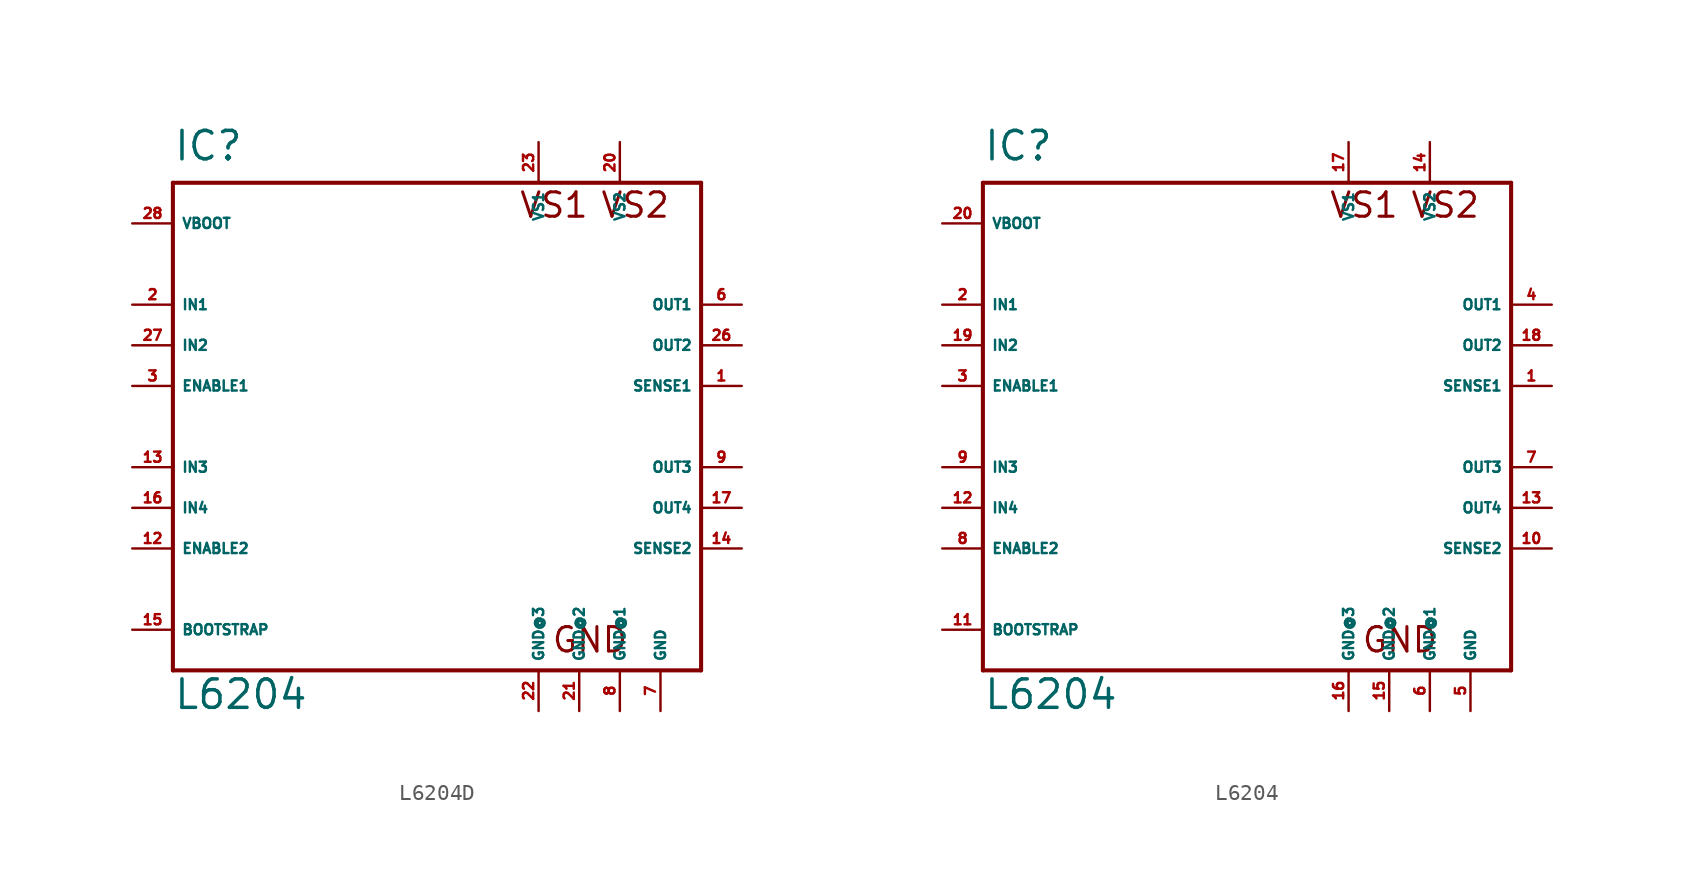
<source format=kicad_sym>
(kicad_symbol_lib
  (version 20220914)
  (generator Eagle2Kicad)
  (symbol "L6204D"
    (property "Reference" "IC"
      (at -15.24 16.51 0)
      (effects (font (size 1.778 1.778) (thickness 0.22)) (justify left bottom)))
    (property "Value" "L6204"
      (at -15.24 -17.78 0)
      (effects (font (size 1.778 1.778) (thickness 0.22)) (justify left bottom)))
    (polyline
      (pts (xy -15.24 15.24) (xy 17.78 15.24))
      (stroke (width 0.254) (type default))
      (fill (type none)))
    (polyline
      (pts (xy 17.78 15.24) (xy 17.78 -15.24))
      (stroke (width 0.254) (type default))
      (fill (type none)))
    (polyline
      (pts (xy 17.78 -15.24) (xy -15.24 -15.24))
      (stroke (width 0.254) (type default))
      (fill (type none)))
    (polyline
      (pts (xy -15.24 -15.24) (xy -15.24 15.24))
      (stroke (width 0.254) (type default))
      (fill (type none)))
    (text "VS1"
      (at 6.35 12.954 0)
      (effects (font (size 1.524 1.524) (thickness 0.19)) (justify left bottom)))
    (text "GND"
      (at 8.382 -14.224 0)
      (effects (font (size 1.524 1.524) (thickness 0.19)) (justify left bottom)))
    (text "VS2"
      (at 11.43 12.954 0)
      (effects (font (size 1.524 1.524) (thickness 0.19)) (justify left bottom)))
    (pin output line
      (at 20.32 5.08 180)
      (length 2.54)
      (name "OUT2" (effects (font (size 0.635 0.635) (thickness 0.08)) (justify left bottom)))
      (number "26" (effects (font (size 0.635 0.635) (thickness 0.08)) (justify left bottom))))
    (pin input line
      (at -17.78 12.7 0)
      (length 2.54)
      (name "VBOOT" (effects (font (size 0.635 0.635) (thickness 0.08)) (justify left bottom)))
      (number "28" (effects (font (size 0.635 0.635) (thickness 0.08)) (justify left bottom))))
    (pin unspecified line
      (at 7.62 17.78 270)
      (length 2.54)
      (name "VS1" (effects (font (size 0.635 0.635) (thickness 0.08)) (justify left bottom)))
      (number "23" (effects (font (size 0.635 0.635) (thickness 0.08)) (justify left bottom))))
    (pin unspecified line
      (at 15.24 -17.78 90)
      (length 2.54)
      (name "GND" (effects (font (size 0.635 0.635) (thickness 0.08)) (justify left bottom)))
      (number "7" (effects (font (size 0.635 0.635) (thickness 0.08)) (justify left bottom))))
    (pin input line
      (at -17.78 5.08 0)
      (length 2.54)
      (name "IN2" (effects (font (size 0.635 0.635) (thickness 0.08)) (justify left bottom)))
      (number "27" (effects (font (size 0.635 0.635) (thickness 0.08)) (justify left bottom))))
    (pin input line
      (at -17.78 2.54 0)
      (length 2.54)
      (name "ENABLE1" (effects (font (size 0.635 0.635) (thickness 0.08)) (justify left bottom)))
      (number "3" (effects (font (size 0.635 0.635) (thickness 0.08)) (justify left bottom))))
    (pin input line
      (at -17.78 7.62 0)
      (length 2.54)
      (name "IN1" (effects (font (size 0.635 0.635) (thickness 0.08)) (justify left bottom)))
      (number "2" (effects (font (size 0.635 0.635) (thickness 0.08)) (justify left bottom))))
    (pin output line
      (at 20.32 7.62 180)
      (length 2.54)
      (name "OUT1" (effects (font (size 0.635 0.635) (thickness 0.08)) (justify left bottom)))
      (number "6" (effects (font (size 0.635 0.635) (thickness 0.08)) (justify left bottom))))
    (pin input line
      (at -17.78 -12.7 0)
      (length 2.54)
      (name "BOOTSTRAP" (effects (font (size 0.635 0.635) (thickness 0.08)) (justify left bottom)))
      (number "15" (effects (font (size 0.635 0.635) (thickness 0.08)) (justify left bottom))))
    (pin unspecified line
      (at 12.7 -17.78 90)
      (length 2.54)
      (name "GND@1" (effects (font (size 0.635 0.635) (thickness 0.08)) (justify left bottom)))
      (number "8" (effects (font (size 0.635 0.635) (thickness 0.08)) (justify left bottom))))
    (pin unspecified line
      (at 10.16 -17.78 90)
      (length 2.54)
      (name "GND@2" (effects (font (size 0.635 0.635) (thickness 0.08)) (justify left bottom)))
      (number "21" (effects (font (size 0.635 0.635) (thickness 0.08)) (justify left bottom))))
    (pin unspecified line
      (at 7.62 -17.78 90)
      (length 2.54)
      (name "GND@3" (effects (font (size 0.635 0.635) (thickness 0.08)) (justify left bottom)))
      (number "22" (effects (font (size 0.635 0.635) (thickness 0.08)) (justify left bottom))))
    (pin input line
      (at 20.32 2.54 180)
      (length 2.54)
      (name "SENSE1" (effects (font (size 0.635 0.635) (thickness 0.08)) (justify left bottom)))
      (number "1" (effects (font (size 0.635 0.635) (thickness 0.08)) (justify left bottom))))
    (pin input line
      (at 20.32 -7.62 180)
      (length 2.54)
      (name "SENSE2" (effects (font (size 0.635 0.635) (thickness 0.08)) (justify left bottom)))
      (number "14" (effects (font (size 0.635 0.635) (thickness 0.08)) (justify left bottom))))
    (pin input line
      (at -17.78 -2.54 0)
      (length 2.54)
      (name "IN3" (effects (font (size 0.635 0.635) (thickness 0.08)) (justify left bottom)))
      (number "13" (effects (font (size 0.635 0.635) (thickness 0.08)) (justify left bottom))))
    (pin input line
      (at -17.78 -5.08 0)
      (length 2.54)
      (name "IN4" (effects (font (size 0.635 0.635) (thickness 0.08)) (justify left bottom)))
      (number "16" (effects (font (size 0.635 0.635) (thickness 0.08)) (justify left bottom))))
    (pin input line
      (at -17.78 -7.62 0)
      (length 2.54)
      (name "ENABLE2" (effects (font (size 0.635 0.635) (thickness 0.08)) (justify left bottom)))
      (number "12" (effects (font (size 0.635 0.635) (thickness 0.08)) (justify left bottom))))
    (pin output line
      (at 20.32 -2.54 180)
      (length 2.54)
      (name "OUT3" (effects (font (size 0.635 0.635) (thickness 0.08)) (justify left bottom)))
      (number "9" (effects (font (size 0.635 0.635) (thickness 0.08)) (justify left bottom))))
    (pin output line
      (at 20.32 -5.08 180)
      (length 2.54)
      (name "OUT4" (effects (font (size 0.635 0.635) (thickness 0.08)) (justify left bottom)))
      (number "17" (effects (font (size 0.635 0.635) (thickness 0.08)) (justify left bottom))))
    (pin unspecified line
      (at 12.7 17.78 270)
      (length 2.54)
      (name "VS2" (effects (font (size 0.635 0.635) (thickness 0.08)) (justify left bottom)))
      (number "20" (effects (font (size 0.635 0.635) (thickness 0.08)) (justify left bottom)))))
  (symbol "L6204"
    (property "Reference" "IC"
      (at -15.24 16.51 0)
      (effects (font (size 1.778 1.778) (thickness 0.22)) (justify left bottom)))
    (property "Value" "L6204"
      (at -15.24 -17.78 0)
      (effects (font (size 1.778 1.778) (thickness 0.22)) (justify left bottom)))
    (polyline
      (pts (xy -15.24 15.24) (xy 17.78 15.24))
      (stroke (width 0.254) (type default))
      (fill (type none)))
    (polyline
      (pts (xy 17.78 15.24) (xy 17.78 -15.24))
      (stroke (width 0.254) (type default))
      (fill (type none)))
    (polyline
      (pts (xy 17.78 -15.24) (xy -15.24 -15.24))
      (stroke (width 0.254) (type default))
      (fill (type none)))
    (polyline
      (pts (xy -15.24 -15.24) (xy -15.24 15.24))
      (stroke (width 0.254) (type default))
      (fill (type none)))
    (text "VS1"
      (at 6.35 12.954 0)
      (effects (font (size 1.524 1.524) (thickness 0.19)) (justify left bottom)))
    (text "GND"
      (at 8.382 -14.224 0)
      (effects (font (size 1.524 1.524) (thickness 0.19)) (justify left bottom)))
    (text "VS2"
      (at 11.43 12.954 0)
      (effects (font (size 1.524 1.524) (thickness 0.19)) (justify left bottom)))
    (pin output line
      (at 20.32 5.08 180)
      (length 2.54)
      (name "OUT2" (effects (font (size 0.635 0.635) (thickness 0.08)) (justify left bottom)))
      (number "18" (effects (font (size 0.635 0.635) (thickness 0.08)) (justify left bottom))))
    (pin input line
      (at -17.78 12.7 0)
      (length 2.54)
      (name "VBOOT" (effects (font (size 0.635 0.635) (thickness 0.08)) (justify left bottom)))
      (number "20" (effects (font (size 0.635 0.635) (thickness 0.08)) (justify left bottom))))
    (pin unspecified line
      (at 7.62 17.78 270)
      (length 2.54)
      (name "VS1" (effects (font (size 0.635 0.635) (thickness 0.08)) (justify left bottom)))
      (number "17" (effects (font (size 0.635 0.635) (thickness 0.08)) (justify left bottom))))
    (pin unspecified line
      (at 15.24 -17.78 90)
      (length 2.54)
      (name "GND" (effects (font (size 0.635 0.635) (thickness 0.08)) (justify left bottom)))
      (number "5" (effects (font (size 0.635 0.635) (thickness 0.08)) (justify left bottom))))
    (pin input line
      (at -17.78 5.08 0)
      (length 2.54)
      (name "IN2" (effects (font (size 0.635 0.635) (thickness 0.08)) (justify left bottom)))
      (number "19" (effects (font (size 0.635 0.635) (thickness 0.08)) (justify left bottom))))
    (pin input line
      (at -17.78 2.54 0)
      (length 2.54)
      (name "ENABLE1" (effects (font (size 0.635 0.635) (thickness 0.08)) (justify left bottom)))
      (number "3" (effects (font (size 0.635 0.635) (thickness 0.08)) (justify left bottom))))
    (pin input line
      (at -17.78 7.62 0)
      (length 2.54)
      (name "IN1" (effects (font (size 0.635 0.635) (thickness 0.08)) (justify left bottom)))
      (number "2" (effects (font (size 0.635 0.635) (thickness 0.08)) (justify left bottom))))
    (pin output line
      (at 20.32 7.62 180)
      (length 2.54)
      (name "OUT1" (effects (font (size 0.635 0.635) (thickness 0.08)) (justify left bottom)))
      (number "4" (effects (font (size 0.635 0.635) (thickness 0.08)) (justify left bottom))))
    (pin input line
      (at -17.78 -12.7 0)
      (length 2.54)
      (name "BOOTSTRAP" (effects (font (size 0.635 0.635) (thickness 0.08)) (justify left bottom)))
      (number "11" (effects (font (size 0.635 0.635) (thickness 0.08)) (justify left bottom))))
    (pin unspecified line
      (at 12.7 -17.78 90)
      (length 2.54)
      (name "GND@1" (effects (font (size 0.635 0.635) (thickness 0.08)) (justify left bottom)))
      (number "6" (effects (font (size 0.635 0.635) (thickness 0.08)) (justify left bottom))))
    (pin unspecified line
      (at 10.16 -17.78 90)
      (length 2.54)
      (name "GND@2" (effects (font (size 0.635 0.635) (thickness 0.08)) (justify left bottom)))
      (number "15" (effects (font (size 0.635 0.635) (thickness 0.08)) (justify left bottom))))
    (pin unspecified line
      (at 7.62 -17.78 90)
      (length 2.54)
      (name "GND@3" (effects (font (size 0.635 0.635) (thickness 0.08)) (justify left bottom)))
      (number "16" (effects (font (size 0.635 0.635) (thickness 0.08)) (justify left bottom))))
    (pin input line
      (at 20.32 2.54 180)
      (length 2.54)
      (name "SENSE1" (effects (font (size 0.635 0.635) (thickness 0.08)) (justify left bottom)))
      (number "1" (effects (font (size 0.635 0.635) (thickness 0.08)) (justify left bottom))))
    (pin input line
      (at 20.32 -7.62 180)
      (length 2.54)
      (name "SENSE2" (effects (font (size 0.635 0.635) (thickness 0.08)) (justify left bottom)))
      (number "10" (effects (font (size 0.635 0.635) (thickness 0.08)) (justify left bottom))))
    (pin input line
      (at -17.78 -2.54 0)
      (length 2.54)
      (name "IN3" (effects (font (size 0.635 0.635) (thickness 0.08)) (justify left bottom)))
      (number "9" (effects (font (size 0.635 0.635) (thickness 0.08)) (justify left bottom))))
    (pin input line
      (at -17.78 -5.08 0)
      (length 2.54)
      (name "IN4" (effects (font (size 0.635 0.635) (thickness 0.08)) (justify left bottom)))
      (number "12" (effects (font (size 0.635 0.635) (thickness 0.08)) (justify left bottom))))
    (pin input line
      (at -17.78 -7.62 0)
      (length 2.54)
      (name "ENABLE2" (effects (font (size 0.635 0.635) (thickness 0.08)) (justify left bottom)))
      (number "8" (effects (font (size 0.635 0.635) (thickness 0.08)) (justify left bottom))))
    (pin output line
      (at 20.32 -2.54 180)
      (length 2.54)
      (name "OUT3" (effects (font (size 0.635 0.635) (thickness 0.08)) (justify left bottom)))
      (number "7" (effects (font (size 0.635 0.635) (thickness 0.08)) (justify left bottom))))
    (pin output line
      (at 20.32 -5.08 180)
      (length 2.54)
      (name "OUT4" (effects (font (size 0.635 0.635) (thickness 0.08)) (justify left bottom)))
      (number "13" (effects (font (size 0.635 0.635) (thickness 0.08)) (justify left bottom))))
    (pin unspecified line
      (at 12.7 17.78 270)
      (length 2.54)
      (name "VS2" (effects (font (size 0.635 0.635) (thickness 0.08)) (justify left bottom)))
      (number "14" (effects (font (size 0.635 0.635) (thickness 0.08)) (justify left bottom))))))
</source>
